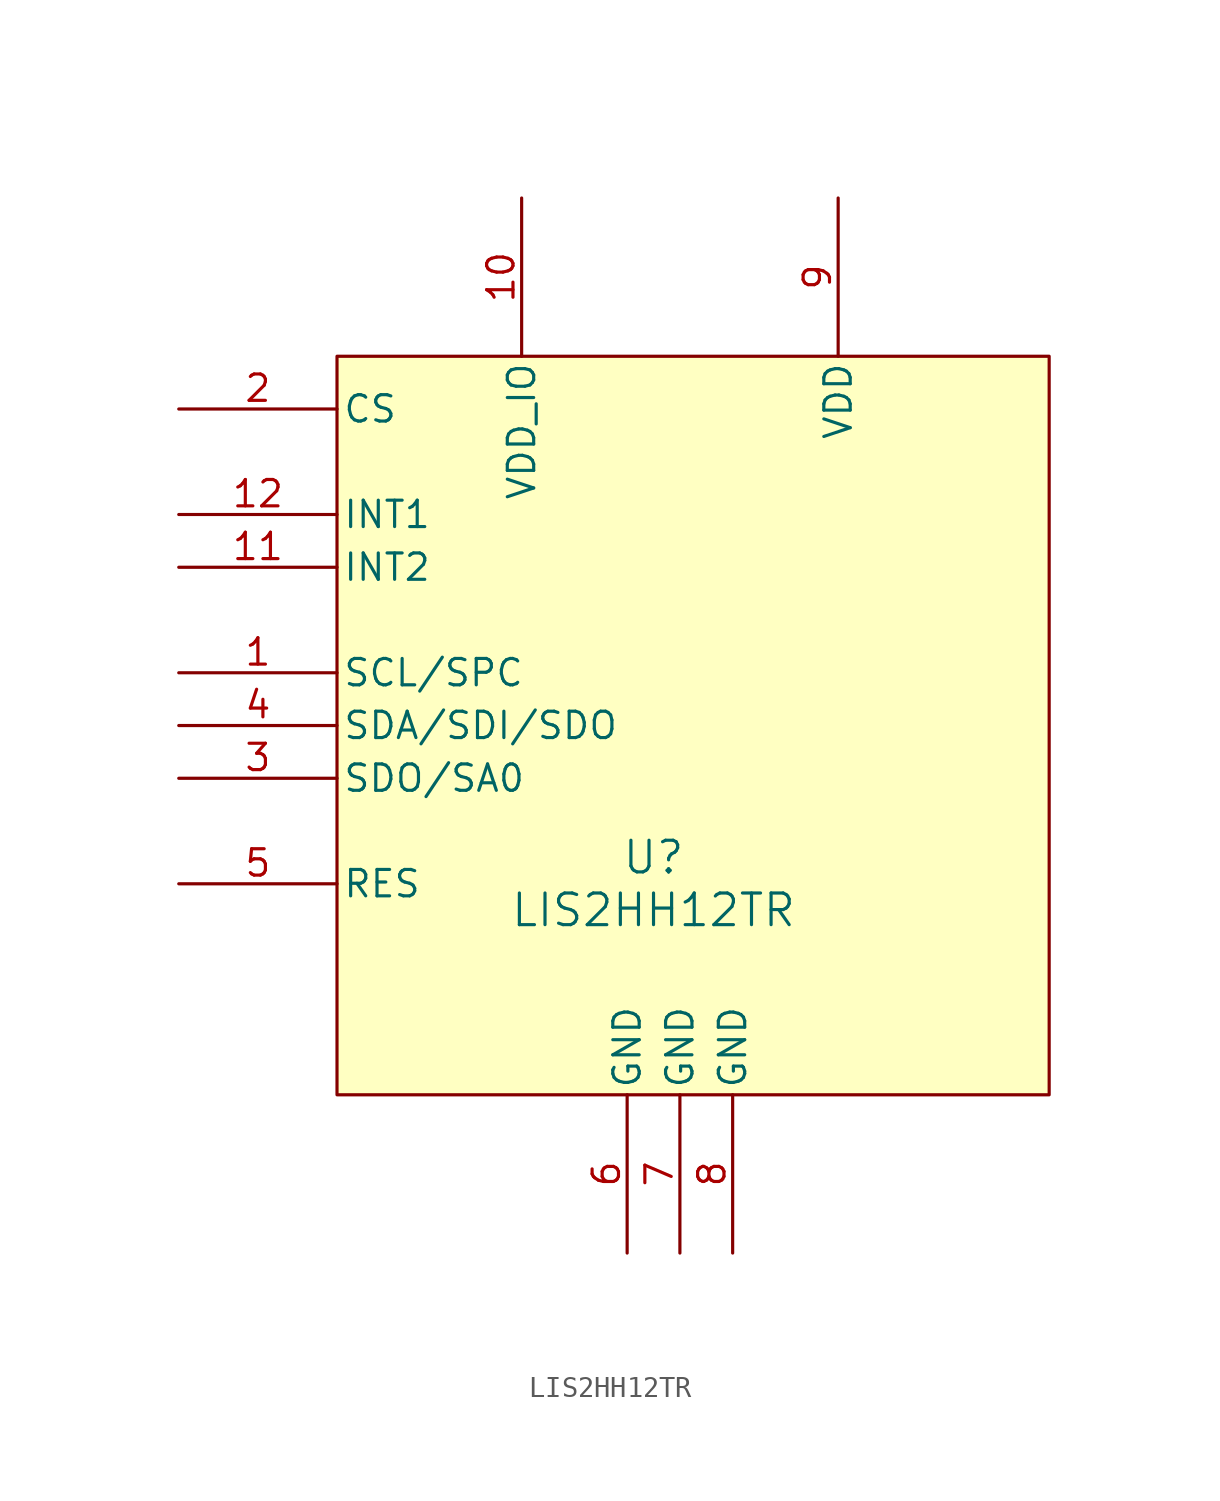
<source format=kicad_sym>
(kicad_symbol_lib
  (version 20220914)
  (generator kicad_symbol_editor)
  (symbol "LIS2HH12TR"
    (pin_names
      (offset 0.254))
    (property "Reference" "U"
      (at -1.27 -7.62 0)
      (effects (font (size 1.524 1.524))))
    (property "Value" "LIS2HH12TR"
      (at -1.27 -10.16 0)
      (effects (font (size 1.524 1.524))))
    (property "ki_locked" ""
      (at 0 0 0)
      (effects (font (size 1.27 1.27))))
    (symbol "LIS2HH12TR_0_1"
      (pin bidirectional line (at -24.13 1.27 0) (length 7.62) (name "SCL/SPC" (effects (font (size 1.27 1.27)))) (number "1" (effects (font (size 1.27 1.27)))))
      (pin power_in line (at -7.62 24.13 270) (length 7.62) (name "VDD_IO" (effects (font (size 1.27 1.27)))) (number "10" (effects (font (size 1.27 1.27)))))
      (pin output line (at -24.13 6.35 0) (length 7.62) (name "INT2" (effects (font (size 1.27 1.27)))) (number "11" (effects (font (size 1.27 1.27)))))
      (pin output line (at -24.13 8.89 0) (length 7.62) (name "INT1" (effects (font (size 1.27 1.27)))) (number "12" (effects (font (size 1.27 1.27)))))
      (pin input line (at -24.13 13.97 0) (length 7.62) (name "CS" (effects (font (size 1.27 1.27)))) (number "2" (effects (font (size 1.27 1.27)))))
      (pin bidirectional line (at -24.13 -3.81 0) (length 7.62) (name "SDO/SA0" (effects (font (size 1.27 1.27)))) (number "3" (effects (font (size 1.27 1.27)))))
      (pin bidirectional line (at -24.13 -1.27 0) (length 7.62) (name "SDA/SDI/SDO" (effects (font (size 1.27 1.27)))) (number "4" (effects (font (size 1.27 1.27)))))
      (pin power_out line (at -24.13 -8.89 0) (length 7.62) (name "RES" (effects (font (size 1.27 1.27)))) (number "5" (effects (font (size 1.27 1.27)))))
      (pin power_out line (at -2.54 -26.67 90) (length 7.62) (name "GND" (effects (font (size 1.27 1.27)))) (number "6" (effects (font (size 1.27 1.27)))))
      (pin power_out line (at 0 -26.67 90) (length 7.62) (name "GND" (effects (font (size 1.27 1.27)))) (number "7" (effects (font (size 1.27 1.27)))))
      (pin power_out line (at 2.54 -26.67 90) (length 7.62) (name "GND" (effects (font (size 1.27 1.27)))) (number "8" (effects (font (size 1.27 1.27)))))
      (pin power_in line (at 7.62 24.13 270) (length 7.62) (name "VDD" (effects (font (size 1.27 1.27)))) (number "9" (effects (font (size 1.27 1.27))))))
    (symbol "LIS2HH12TR_1_1"
      (rectangle (start -16.51 16.51) (end 17.78 -19.05) (stroke (width 0) (type default)) (fill (type background))))))
</source>
